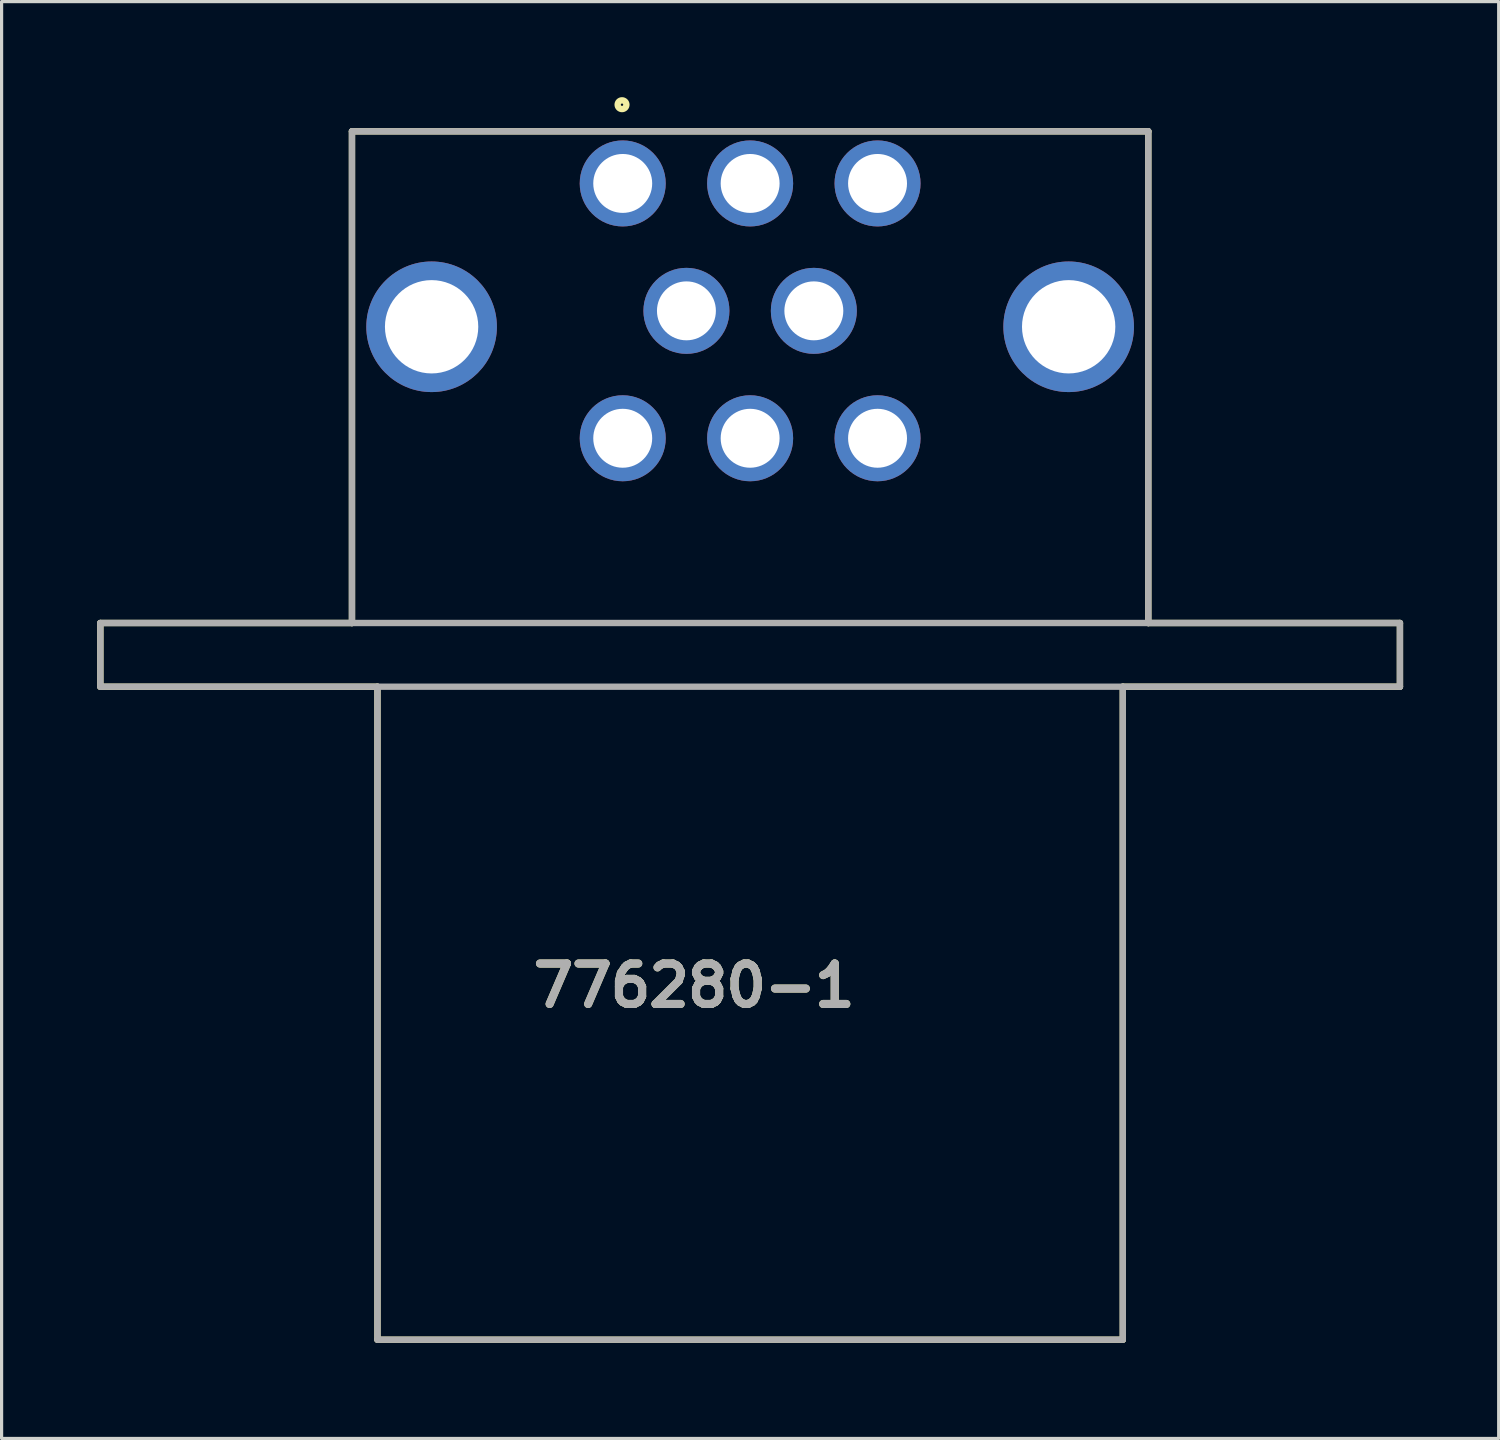
<source format=kicad_pcb>
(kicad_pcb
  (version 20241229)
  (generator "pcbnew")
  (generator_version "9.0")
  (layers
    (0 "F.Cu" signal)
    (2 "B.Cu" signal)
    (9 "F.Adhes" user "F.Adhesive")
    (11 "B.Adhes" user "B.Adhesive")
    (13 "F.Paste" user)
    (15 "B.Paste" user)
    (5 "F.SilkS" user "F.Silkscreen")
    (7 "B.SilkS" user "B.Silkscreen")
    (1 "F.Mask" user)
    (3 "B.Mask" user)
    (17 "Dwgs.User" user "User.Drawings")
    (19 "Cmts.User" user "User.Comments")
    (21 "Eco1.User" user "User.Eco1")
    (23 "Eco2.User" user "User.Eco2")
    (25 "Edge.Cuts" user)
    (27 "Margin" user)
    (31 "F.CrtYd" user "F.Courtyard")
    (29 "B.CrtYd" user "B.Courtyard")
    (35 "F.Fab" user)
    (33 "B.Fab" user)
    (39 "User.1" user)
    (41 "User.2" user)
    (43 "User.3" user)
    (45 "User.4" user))
  (footprint "776280-1"
    (layer "F.Cu")
    (at 20.5 18.509)
    (property "Reference" "776280-1" (at -1.759 9.386 0) (layer "F.SilkS") (effects (font (size 1.27 1.27) (thickness 0.254))))
    (attr through_hole)
    (fp_line (start -20.4 -2) (end -20.4 0) (stroke (width 0.2) (type solid)) (layer "F.SilkS"))
    (fp_line (start -20.4 0) (end -11.7 0) (stroke (width 0.2) (type solid)) (layer "F.SilkS"))
    (fp_line (start -12.5 -17.436) (end -12.5 -2) (stroke (width 0.2) (type solid)) (layer "F.SilkS"))
    (fp_line (start -12.5 -2) (end -20.4 -2) (stroke (width 0.2) (type solid)) (layer "F.SilkS"))
    (fp_line (start -11.7 0) (end -11.7 20.5) (stroke (width 0.2) (type solid)) (layer "F.SilkS"))
    (fp_line (start -11.7 20.5) (end 11.7 20.5) (stroke (width 0.2) (type solid)) (layer "F.SilkS"))
    (fp_line (start 11.7 0) (end 20.4 0) (stroke (width 0.2) (type solid)) (layer "F.SilkS"))
    (fp_line (start 11.7 20.5) (end 11.7 0) (stroke (width 0.2) (type solid)) (layer "F.SilkS"))
    (fp_line (start 12.5 -17.436) (end -12.5 -17.436) (stroke (width 0.2) (type solid)) (layer "F.SilkS"))
    (fp_line (start 12.5 -2) (end 12.5 -17.436) (stroke (width 0.2) (type solid)) (layer "F.SilkS"))
    (fp_line (start 20.4 -2) (end 12.5 -2) (stroke (width 0.2) (type solid)) (layer "F.SilkS"))
    (fp_line (start 20.4 0) (end 20.4 -2) (stroke (width 0.2) (type solid)) (layer "F.SilkS"))
    (fp_circle (center -4.022 -18.272) (end -4.022 -18.135) (stroke (width 0.2) (type solid)) (fill no) (layer "F.SilkS"))
    (fp_line (start -20.4 0) (end -20.4 -2) (stroke (width 0.2) (type solid)) (layer "F.Fab"))
    (fp_line (start -20.4 0) (end 20.4 0) (stroke (width 0.2) (type solid)) (layer "F.Fab"))
    (fp_line (start -12.5 -17.436) (end 12.5 -17.436) (stroke (width 0.2) (type solid)) (layer "F.Fab"))
    (fp_line (start -12.5 -2) (end -20.4 -2) (stroke (width 0.2) (type solid)) (layer "F.Fab"))
    (fp_line (start -12.5 -2) (end -12.5 -17.436) (stroke (width 0.2) (type solid)) (layer "F.Fab"))
    (fp_line (start -11.7 0) (end -11.7 20.5) (stroke (width 0.2) (type solid)) (layer "F.Fab"))
    (fp_line (start -11.7 20.5) (end 11.7 20.5) (stroke (width 0.2) (type solid)) (layer "F.Fab"))
    (fp_line (start 11.7 20.5) (end 11.7 0) (stroke (width 0.2) (type solid)) (layer "F.Fab"))
    (fp_line (start 12.5 -17.436) (end 12.5 -2) (stroke (width 0.2) (type solid)) (layer "F.Fab"))
    (fp_line (start 12.5 -2) (end -12.5 -2) (stroke (width 0.2) (type solid)) (layer "F.Fab"))
    (fp_line (start 12.5 -2) (end 20.4 -2) (stroke (width 0.2) (type solid)) (layer "F.Fab"))
    (fp_line (start 20.4 -2) (end 20.4 0) (stroke (width 0.2) (type solid)) (layer "F.Fab"))
    (fp_text user "${REFERENCE}" (at -1.759 9.386 0) (layer "F.Fab") (effects (font (size 1.27 1.27) (thickness 0.254))))
    (pad "1" thru_hole circle (at -4 -15.8) (size 2.7 2.7) (drill 1.85) (layers "*.Cu" "*.Mask"))
    (pad "2" thru_hole circle (at 0 -15.8) (size 2.7 2.7) (drill 1.85) (layers "*.Cu" "*.Mask"))
    (pad "3" thru_hole circle (at 4 -15.8) (size 2.7 2.7) (drill 1.85) (layers "*.Cu" "*.Mask"))
    (pad "4" thru_hole circle (at -2 -11.8) (size 2.7 2.7) (drill 1.85) (layers "*.Cu" "*.Mask"))
    (pad "5" thru_hole circle (at 2 -11.8) (size 2.7 2.7) (drill 1.85) (layers "*.Cu" "*.Mask"))
    (pad "6" thru_hole circle (at -4 -7.8) (size 2.7 2.7) (drill 1.85) (layers "*.Cu" "*.Mask"))
    (pad "7" thru_hole circle (at 0 -7.8) (size 2.7 2.7) (drill 1.85) (layers "*.Cu" "*.Mask"))
    (pad "8" thru_hole circle (at 4 -7.8) (size 2.7 2.7) (drill 1.85) (layers "*.Cu" "*.Mask"))
    (pad "9" thru_hole circle (at -10 -11.3) (size 4.1 4.1) (drill 2.93) (layers "*.Cu" "*.Mask"))
    (pad "10" thru_hole circle (at 10 -11.3) (size 4.1 4.1) (drill 2.93) (layers "*.Cu" "*.Mask")))
  (gr_rect
    (start -3 -3)
    (end 44 42.109)
    (stroke (width 0.1) (type default))
    (fill no)
    (layer "Edge.Cuts")))
</source>
